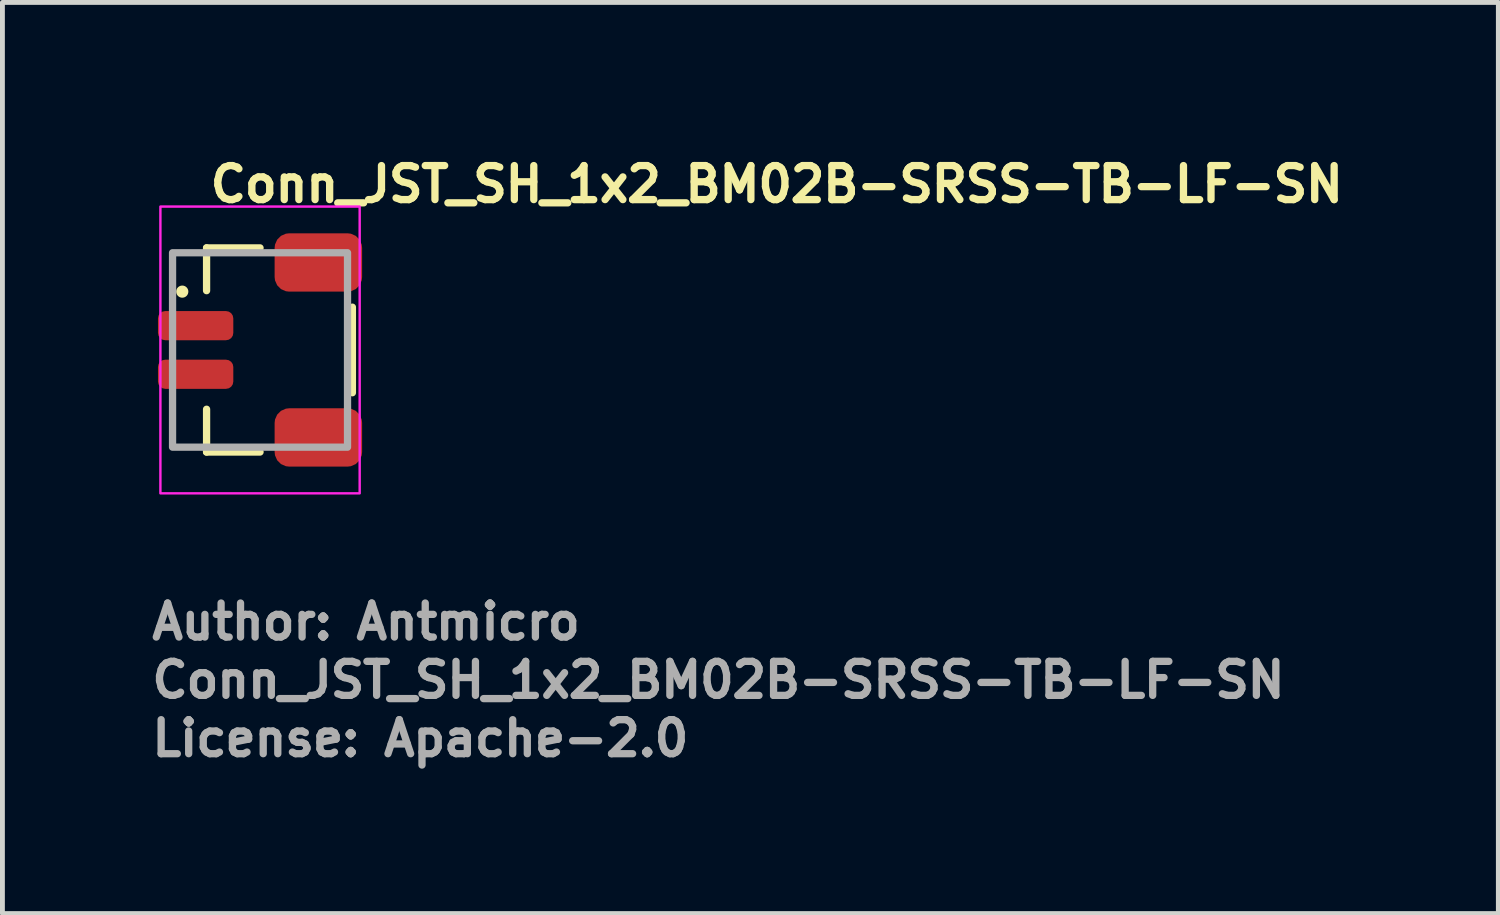
<source format=kicad_pcb>
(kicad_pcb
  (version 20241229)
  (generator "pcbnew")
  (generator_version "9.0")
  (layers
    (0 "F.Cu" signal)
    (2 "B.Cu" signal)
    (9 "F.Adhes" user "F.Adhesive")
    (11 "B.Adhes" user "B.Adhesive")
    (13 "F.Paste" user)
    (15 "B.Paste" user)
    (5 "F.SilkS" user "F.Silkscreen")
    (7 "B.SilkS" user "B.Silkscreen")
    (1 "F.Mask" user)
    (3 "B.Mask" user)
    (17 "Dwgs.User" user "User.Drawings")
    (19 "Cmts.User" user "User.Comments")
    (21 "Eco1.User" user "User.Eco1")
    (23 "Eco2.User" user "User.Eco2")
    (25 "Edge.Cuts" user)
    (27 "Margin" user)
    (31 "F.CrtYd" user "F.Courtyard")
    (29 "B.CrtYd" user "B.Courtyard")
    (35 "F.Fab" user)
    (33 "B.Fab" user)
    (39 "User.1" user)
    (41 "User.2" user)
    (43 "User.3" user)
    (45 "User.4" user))
  (footprint "Conn_JST_SH_1x2_BM02B-SRSS-TB-LF-SN"
    (layer "F.Cu")
    (at 2.3 4.15)
    (property "Reference" "Conn_JST_SH_1x2_BM02B-SRSS-TB-LF-SN" (at -1.1 -3 0) (layer "F.SilkS") (effects (font (size 0.7 0.7) (thickness 0.15)) (justify left bottom)))
    (attr smd)
    (fp_line (start -1.1 -2.1) (end 0 -2.1) (stroke (width 0.15) (type solid)) (layer "F.SilkS"))
    (fp_line (start -1.1 -1.22) (end -1.1 -2.1) (stroke (width 0.15) (type solid)) (layer "F.SilkS"))
    (fp_line (start -1.1 2.1) (end -1.1 1.22) (stroke (width 0.15) (type solid)) (layer "F.SilkS"))
    (fp_line (start -1.1 2.1) (end 0 2.1) (stroke (width 0.15) (type solid)) (layer "F.SilkS"))
    (fp_line (start 1.9 -0.88) (end 1.9 0.88) (stroke (width 0.15) (type solid)) (layer "F.SilkS"))
    (fp_circle (center -1.6 -1.2) (end -1.55 -1.2) (stroke (width 0.15) (type solid)) (fill yes) (layer "F.SilkS"))
    (fp_rect (start -2.05 -2.95) (end 2.05 2.95) (stroke (width 0.05) (type solid)) (fill no) (layer "F.CrtYd"))
    (fp_rect (start -1.8 -2) (end 1.8 2) (stroke (width 0.15) (type solid)) (fill no) (layer "F.Fab"))
    (fp_rect (start -1.8 -2) (end 1.8 2) (stroke (width 0.1) (type solid)) (fill no) (layer "User.5"))
    (fp_line (start -1.8 -0.425) (end -1.8 -0.575) (stroke (width 0.02) (type solid)) (layer "User.9"))
    (fp_line (start -1.8 0.575) (end -1.8 0.425) (stroke (width 0.02) (type solid)) (layer "User.9"))
    (fp_line (start -1.799 -0.575) (end -1.8 -0.575) (stroke (width 0.02) (type solid)) (layer "User.9"))
    (fp_line (start -1.799 -0.425) (end -1.8 -0.425) (stroke (width 0.02) (type solid)) (layer "User.9"))
    (fp_line (start -1.799 0.425) (end -1.8 0.425) (stroke (width 0.02) (type solid)) (layer "User.9"))
    (fp_line (start -1.799 0.575) (end -1.8 0.575) (stroke (width 0.02) (type solid)) (layer "User.9"))
    (fp_line (start -1.798 -0.575) (end -1.799 -0.575) (stroke (width 0.02) (type solid)) (layer "User.9"))
    (fp_line (start -1.798 -0.425) (end -1.799 -0.425) (stroke (width 0.02) (type solid)) (layer "User.9"))
    (fp_line (start -1.798 0.425) (end -1.799 0.425) (stroke (width 0.02) (type solid)) (layer "User.9"))
    (fp_line (start -1.798 0.575) (end -1.799 0.575) (stroke (width 0.02) (type solid)) (layer "User.9"))
    (fp_line (start -1.795 -0.575) (end -1.798 -0.575) (stroke (width 0.02) (type solid)) (layer "User.9"))
    (fp_line (start -1.795 -0.425) (end -1.798 -0.425) (stroke (width 0.02) (type solid)) (layer "User.9"))
    (fp_line (start -1.795 0.425) (end -1.798 0.425) (stroke (width 0.02) (type solid)) (layer "User.9"))
    (fp_line (start -1.795 0.575) (end -1.798 0.575) (stroke (width 0.02) (type solid)) (layer "User.9"))
    (fp_line (start -1.791 -0.575) (end -1.795 -0.575) (stroke (width 0.02) (type solid)) (layer "User.9"))
    (fp_line (start -1.791 -0.425) (end -1.795 -0.425) (stroke (width 0.02) (type solid)) (layer "User.9"))
    (fp_line (start -1.791 0.425) (end -1.795 0.425) (stroke (width 0.02) (type solid)) (layer "User.9"))
    (fp_line (start -1.791 0.575) (end -1.795 0.575) (stroke (width 0.02) (type solid)) (layer "User.9"))
    (fp_line (start -1.786 -0.575) (end -1.791 -0.575) (stroke (width 0.02) (type solid)) (layer "User.9"))
    (fp_line (start -1.786 -0.425) (end -1.791 -0.425) (stroke (width 0.02) (type solid)) (layer "User.9"))
    (fp_line (start -1.786 0.425) (end -1.791 0.425) (stroke (width 0.02) (type solid)) (layer "User.9"))
    (fp_line (start -1.786 0.575) (end -1.791 0.575) (stroke (width 0.02) (type solid)) (layer "User.9"))
    (fp_line (start -1.78 -0.575) (end -1.786 -0.575) (stroke (width 0.02) (type solid)) (layer "User.9"))
    (fp_line (start -1.78 -0.425) (end -1.786 -0.425) (stroke (width 0.02) (type solid)) (layer "User.9"))
    (fp_line (start -1.78 0.425) (end -1.786 0.425) (stroke (width 0.02) (type solid)) (layer "User.9"))
    (fp_line (start -1.78 0.575) (end -1.786 0.575) (stroke (width 0.02) (type solid)) (layer "User.9"))
    (fp_line (start -1.774 -0.575) (end -1.78 -0.575) (stroke (width 0.02) (type solid)) (layer "User.9"))
    (fp_line (start -1.774 -0.425) (end -1.78 -0.425) (stroke (width 0.02) (type solid)) (layer "User.9"))
    (fp_line (start -1.774 0.425) (end -1.78 0.425) (stroke (width 0.02) (type solid)) (layer "User.9"))
    (fp_line (start -1.774 0.575) (end -1.78 0.575) (stroke (width 0.02) (type solid)) (layer "User.9"))
    (fp_line (start -1.766 -0.575) (end -1.774 -0.575) (stroke (width 0.02) (type solid)) (layer "User.9"))
    (fp_line (start -1.766 -0.425) (end -1.774 -0.425) (stroke (width 0.02) (type solid)) (layer "User.9"))
    (fp_line (start -1.766 0.425) (end -1.774 0.425) (stroke (width 0.02) (type solid)) (layer "User.9"))
    (fp_line (start -1.766 0.575) (end -1.774 0.575) (stroke (width 0.02) (type solid)) (layer "User.9"))
    (fp_line (start -1.758 -0.575) (end -1.766 -0.575) (stroke (width 0.02) (type solid)) (layer "User.9"))
    (fp_line (start -1.758 -0.425) (end -1.766 -0.425) (stroke (width 0.02) (type solid)) (layer "User.9"))
    (fp_line (start -1.758 0.425) (end -1.766 0.425) (stroke (width 0.02) (type solid)) (layer "User.9"))
    (fp_line (start -1.758 0.575) (end -1.766 0.575) (stroke (width 0.02) (type solid)) (layer "User.9"))
    (fp_line (start -1.749 -0.575) (end -1.758 -0.575) (stroke (width 0.02) (type solid)) (layer "User.9"))
    (fp_line (start -1.749 -0.425) (end -1.758 -0.425) (stroke (width 0.02) (type solid)) (layer "User.9"))
    (fp_line (start -1.749 0.425) (end -1.758 0.425) (stroke (width 0.02) (type solid)) (layer "User.9"))
    (fp_line (start -1.749 0.575) (end -1.758 0.575) (stroke (width 0.02) (type solid)) (layer "User.9"))
    (fp_line (start -1.74 -0.575) (end -1.749 -0.575) (stroke (width 0.02) (type solid)) (layer "User.9"))
    (fp_line (start -1.74 -0.425) (end -1.749 -0.425) (stroke (width 0.02) (type solid)) (layer "User.9"))
    (fp_line (start -1.74 0.425) (end -1.749 0.425) (stroke (width 0.02) (type solid)) (layer "User.9"))
    (fp_line (start -1.74 0.575) (end -1.749 0.575) (stroke (width 0.02) (type solid)) (layer "User.9"))
    (fp_line (start -1.73 -0.575) (end -1.74 -0.575) (stroke (width 0.02) (type solid)) (layer "User.9"))
    (fp_line (start -1.73 -0.425) (end -1.74 -0.425) (stroke (width 0.02) (type solid)) (layer "User.9"))
    (fp_line (start -1.73 0.425) (end -1.74 0.425) (stroke (width 0.02) (type solid)) (layer "User.9"))
    (fp_line (start -1.73 0.575) (end -1.74 0.575) (stroke (width 0.02) (type solid)) (layer "User.9"))
    (fp_line (start -1.72 -0.575) (end -1.73 -0.575) (stroke (width 0.02) (type solid)) (layer "User.9"))
    (fp_line (start -1.72 -0.425) (end -1.73 -0.425) (stroke (width 0.02) (type solid)) (layer "User.9"))
    (fp_line (start -1.72 0.425) (end -1.73 0.425) (stroke (width 0.02) (type solid)) (layer "User.9"))
    (fp_line (start -1.72 0.575) (end -1.73 0.575) (stroke (width 0.02) (type solid)) (layer "User.9"))
    (fp_line (start -1.71 -0.575) (end -1.72 -0.575) (stroke (width 0.02) (type solid)) (layer "User.9"))
    (fp_line (start -1.71 -0.425) (end -1.72 -0.425) (stroke (width 0.02) (type solid)) (layer "User.9"))
    (fp_line (start -1.71 -0.425) (end -1.71 -0.575) (stroke (width 0.02) (type solid)) (layer "User.9"))
    (fp_line (start -1.71 0.425) (end -1.72 0.425) (stroke (width 0.02) (type solid)) (layer "User.9"))
    (fp_line (start -1.71 0.575) (end -1.72 0.575) (stroke (width 0.02) (type solid)) (layer "User.9"))
    (fp_line (start -1.71 0.575) (end -1.71 0.425) (stroke (width 0.02) (type solid)) (layer "User.9"))
    (fp_line (start -1.287 -0.575) (end -1.71 -0.575) (stroke (width 0.02) (type solid)) (layer "User.9"))
    (fp_line (start -1.287 -0.425) (end -1.71 -0.425) (stroke (width 0.02) (type solid)) (layer "User.9"))
    (fp_line (start -1.287 -0.425) (end -1.287 -0.575) (stroke (width 0.02) (type solid)) (layer "User.9"))
    (fp_line (start -1.287 0.425) (end -1.71 0.425) (stroke (width 0.02) (type solid)) (layer "User.9"))
    (fp_line (start -1.287 0.575) (end -1.71 0.575) (stroke (width 0.02) (type solid)) (layer "User.9"))
    (fp_line (start -1.287 0.575) (end -1.287 0.425) (stroke (width 0.02) (type solid)) (layer "User.9"))
    (fp_line (start -1.1 -0.575) (end -1.287 -0.575) (stroke (width 0.02) (type solid)) (layer "User.9"))
    (fp_line (start -1.1 -0.425) (end -1.287 -0.425) (stroke (width 0.02) (type solid)) (layer "User.9"))
    (fp_line (start -1.1 0.425) (end -1.287 0.425) (stroke (width 0.02) (type solid)) (layer "User.9"))
    (fp_line (start -1.1 0.575) (end -1.287 0.575) (stroke (width 0.02) (type solid)) (layer "User.9"))
    (fp_line (start -1.1 1.2) (end -1.1 -1.2) (stroke (width 0.02) (type solid)) (layer "User.9"))
    (fp_line (start -0.98 -2) (end -0.6 -2) (stroke (width 0.02) (type solid)) (layer "User.9"))
    (fp_line (start -0.98 -1.5) (end -0.98 -2) (stroke (width 0.02) (type solid)) (layer "User.9"))
    (fp_line (start -0.98 -1.2) (end -1.1 -1.2) (stroke (width 0.02) (type solid)) (layer "User.9"))
    (fp_line (start -0.98 -1.2) (end -0.98 -1.5) (stroke (width 0.02) (type solid)) (layer "User.9"))
    (fp_line (start -0.98 1.2) (end -1.1 1.2) (stroke (width 0.02) (type solid)) (layer "User.9"))
    (fp_line (start -0.98 1.2) (end -0.98 1.5) (stroke (width 0.02) (type solid)) (layer "User.9"))
    (fp_line (start -0.98 1.5) (end -0.98 2) (stroke (width 0.02) (type solid)) (layer "User.9"))
    (fp_line (start -0.98 2) (end -0.6 2) (stroke (width 0.02) (type solid)) (layer "User.9"))
    (fp_line (start -0.855 -1.75) (end -0.855 -1.5) (stroke (width 0.02) (type solid)) (layer "User.9"))
    (fp_line (start -0.855 1.5) (end -0.855 1.75) (stroke (width 0.02) (type solid)) (layer "User.9"))
    (fp_line (start -0.855 1.75) (end -0.6 1.75) (stroke (width 0.02) (type solid)) (layer "User.9"))
    (fp_line (start -0.83 -1.35) (end 0.35 -1.35) (stroke (width 0.02) (type solid)) (layer "User.9"))
    (fp_line (start -0.83 1.35) (end -0.83 -1.35) (stroke (width 0.02) (type solid)) (layer "User.9"))
    (fp_line (start -0.73 -1.25) (end -0.83 -1.35) (stroke (width 0.02) (type solid)) (layer "User.9"))
    (fp_line (start -0.73 -1.25) (end -0.73 1.25) (stroke (width 0.02) (type solid)) (layer "User.9"))
    (fp_line (start -0.73 1.25) (end -0.83 1.35) (stroke (width 0.02) (type solid)) (layer "User.9"))
    (fp_line (start -0.73 1.25) (end 0.45 1.25) (stroke (width 0.02) (type solid)) (layer "User.9"))
    (fp_line (start -0.6 -2) (end -0.5 -2) (stroke (width 0.02) (type solid)) (layer "User.9"))
    (fp_line (start -0.6 -1.75) (end -0.855 -1.75) (stroke (width 0.02) (type solid)) (layer "User.9"))
    (fp_line (start -0.6 -1.5) (end -0.6 -2) (stroke (width 0.02) (type solid)) (layer "User.9"))
    (fp_line (start -0.6 1.5) (end -0.6 2) (stroke (width 0.02) (type solid)) (layer "User.9"))
    (fp_line (start -0.6 2) (end -0.5 2) (stroke (width 0.02) (type solid)) (layer "User.9"))
    (fp_line (start -0.5 -2) (end 0.1 -2) (stroke (width 0.02) (type solid)) (layer "User.9"))
    (fp_line (start -0.5 -1.5) (end -0.5 -2) (stroke (width 0.02) (type solid)) (layer "User.9"))
    (fp_line (start -0.5 1.5) (end -0.5 2) (stroke (width 0.02) (type solid)) (layer "User.9"))
    (fp_line (start -0.5 2) (end 0.1 2) (stroke (width 0.02) (type solid)) (layer "User.9"))
    (fp_line (start -0.33 -1.075) (end -0.33 -0.925) (stroke (width 0.02) (type solid)) (layer "User.9"))
    (fp_line (start -0.33 -0.575) (end -0.33 -0.425) (stroke (width 0.02) (type solid)) (layer "User.9"))
    (fp_line (start -0.33 -0.425) (end -0.03 -0.425) (stroke (width 0.02) (type solid)) (layer "User.9"))
    (fp_line (start -0.33 0.425) (end -0.33 0.575) (stroke (width 0.02) (type solid)) (layer "User.9"))
    (fp_line (start -0.33 0.575) (end -0.03 0.575) (stroke (width 0.02) (type solid)) (layer "User.9"))
    (fp_line (start -0.33 0.925) (end -0.33 1.075) (stroke (width 0.02) (type solid)) (layer "User.9"))
    (fp_line (start -0.2 -1.75) (end -0.2 -1.5) (stroke (width 0.02) (type solid)) (layer "User.9"))
    (fp_line (start -0.2 1.5) (end -0.2 1.75) (stroke (width 0.02) (type solid)) (layer "User.9"))
    (fp_line (start -0.2 1.75) (end 0.1 1.75) (stroke (width 0.02) (type solid)) (layer "User.9"))
    (fp_line (start -0.03 -1.075) (end -0.33 -1.075) (stroke (width 0.02) (type solid)) (layer "User.9"))
    (fp_line (start -0.03 -1.075) (end -0.03 -0.925) (stroke (width 0.02) (type solid)) (layer "User.9"))
    (fp_line (start -0.03 -0.925) (end -0.33 -0.925) (stroke (width 0.02) (type solid)) (layer "User.9"))
    (fp_line (start -0.03 -0.575) (end -0.33 -0.575) (stroke (width 0.02) (type solid)) (layer "User.9"))
    (fp_line (start -0.03 -0.425) (end -0.03 -0.575) (stroke (width 0.02) (type solid)) (layer "User.9"))
    (fp_line (start -0.03 0.425) (end -0.33 0.425) (stroke (width 0.02) (type solid)) (layer "User.9"))
    (fp_line (start -0.03 0.575) (end -0.03 0.425) (stroke (width 0.02) (type solid)) (layer "User.9"))
    (fp_line (start -0.03 0.925) (end -0.33 0.925) (stroke (width 0.02) (type solid)) (layer "User.9"))
    (fp_line (start -0.03 0.925) (end -0.03 1.075) (stroke (width 0.02) (type solid)) (layer "User.9"))
    (fp_line (start -0.03 1.075) (end -0.33 1.075) (stroke (width 0.02) (type solid)) (layer "User.9"))
    (fp_line (start 0.1 -2) (end 0.2 -2) (stroke (width 0.02) (type solid)) (layer "User.9"))
    (fp_line (start 0.1 -1.75) (end -0.2 -1.75) (stroke (width 0.02) (type solid)) (layer "User.9"))
    (fp_line (start 0.1 -1.5) (end 0.1 -2) (stroke (width 0.02) (type solid)) (layer "User.9"))
    (fp_line (start 0.1 1.5) (end 0.1 2) (stroke (width 0.02) (type solid)) (layer "User.9"))
    (fp_line (start 0.1 2) (end 0.2 2) (stroke (width 0.02) (type solid)) (layer "User.9"))
    (fp_line (start 0.2 -1.5) (end -0.98 -1.5) (stroke (width 0.02) (type solid)) (layer "User.9"))
    (fp_line (start 0.2 -1.5) (end 0.2 -2) (stroke (width 0.02) (type solid)) (layer "User.9"))
    (fp_line (start 0.2 1.5) (end -0.98 1.5) (stroke (width 0.02) (type solid)) (layer "User.9"))
    (fp_line (start 0.2 1.5) (end 0.2 2) (stroke (width 0.02) (type solid)) (layer "User.9"))
    (fp_line (start 0.35 -1.7) (end 0.45 -1.6) (stroke (width 0.02) (type solid)) (layer "User.9"))
    (fp_line (start 0.35 -1.7) (end 1.15 -1.7) (stroke (width 0.02) (type solid)) (layer "User.9"))
    (fp_line (start 0.35 -1.35) (end 0.35 -1.7) (stroke (width 0.02) (type solid)) (layer "User.9"))
    (fp_line (start 0.35 -1.35) (end 0.45 -1.25) (stroke (width 0.02) (type solid)) (layer "User.9"))
    (fp_line (start 0.35 1.35) (end -0.83 1.35) (stroke (width 0.02) (type solid)) (layer "User.9"))
    (fp_line (start 0.35 1.7) (end 0.35 1.35) (stroke (width 0.02) (type solid)) (layer "User.9"))
    (fp_line (start 0.45 -1.6) (end 0.45 -1.25) (stroke (width 0.02) (type solid)) (layer "User.9"))
    (fp_line (start 0.45 -1.25) (end -0.73 -1.25) (stroke (width 0.02) (type solid)) (layer "User.9"))
    (fp_line (start 0.45 -1.25) (end 1.05 -1.25) (stroke (width 0.02) (type solid)) (layer "User.9"))
    (fp_line (start 0.45 1.25) (end 0.35 1.35) (stroke (width 0.02) (type solid)) (layer "User.9"))
    (fp_line (start 0.45 1.25) (end 0.45 1.6) (stroke (width 0.02) (type solid)) (layer "User.9"))
    (fp_line (start 0.45 1.6) (end 0.35 1.7) (stroke (width 0.02) (type solid)) (layer "User.9"))
    (fp_line (start 0.45 1.6) (end 1.05 1.6) (stroke (width 0.02) (type solid)) (layer "User.9"))
    (fp_line (start 0.77 -0.575) (end 0.806 -0.539) (stroke (width 0.02) (type solid)) (layer "User.9"))
    (fp_line (start 0.77 -0.575) (end 1.07 -0.575) (stroke (width 0.02) (type solid)) (layer "User.9"))
    (fp_line (start 0.77 -0.425) (end 0.77 -0.575) (stroke (width 0.02) (type solid)) (layer "User.9"))
    (fp_line (start 0.77 0.425) (end 0.806 0.461) (stroke (width 0.02) (type solid)) (layer "User.9"))
    (fp_line (start 0.77 0.425) (end 1.07 0.425) (stroke (width 0.02) (type solid)) (layer "User.9"))
    (fp_line (start 0.77 0.575) (end 0.77 0.425) (stroke (width 0.02) (type solid)) (layer "User.9"))
    (fp_line (start 0.806 -0.539) (end 0.806 -0.461) (stroke (width 0.02) (type solid)) (layer "User.9"))
    (fp_line (start 0.806 -0.461) (end 0.77 -0.425) (stroke (width 0.02) (type solid)) (layer "User.9"))
    (fp_line (start 0.806 -0.461) (end 1.034 -0.461) (stroke (width 0.02) (type solid)) (layer "User.9"))
    (fp_line (start 0.806 0.461) (end 0.806 0.539) (stroke (width 0.02) (type solid)) (layer "User.9"))
    (fp_line (start 0.806 0.539) (end 0.77 0.575) (stroke (width 0.02) (type solid)) (layer "User.9"))
    (fp_line (start 0.806 0.539) (end 1.034 0.539) (stroke (width 0.02) (type solid)) (layer "User.9"))
    (fp_line (start 1.034 -0.539) (end 0.806 -0.539) (stroke (width 0.02) (type solid)) (layer "User.9"))
    (fp_line (start 1.034 -0.461) (end 1.034 -0.539) (stroke (width 0.02) (type solid)) (layer "User.9"))
    (fp_line (start 1.034 -0.461) (end 1.07 -0.425) (stroke (width 0.02) (type solid)) (layer "User.9"))
    (fp_line (start 1.034 0.461) (end 0.806 0.461) (stroke (width 0.02) (type solid)) (layer "User.9"))
    (fp_line (start 1.034 0.539) (end 1.034 0.461) (stroke (width 0.02) (type solid)) (layer "User.9"))
    (fp_line (start 1.034 0.539) (end 1.07 0.575) (stroke (width 0.02) (type solid)) (layer "User.9"))
    (fp_line (start 1.05 -1.6) (end 0.45 -1.6) (stroke (width 0.02) (type solid)) (layer "User.9"))
    (fp_line (start 1.05 -1.25) (end 1.05 -1.6) (stroke (width 0.02) (type solid)) (layer "User.9"))
    (fp_line (start 1.05 1.25) (end 0.45 1.25) (stroke (width 0.02) (type solid)) (layer "User.9"))
    (fp_line (start 1.05 1.25) (end 1.15 1.35) (stroke (width 0.02) (type solid)) (layer "User.9"))
    (fp_line (start 1.05 1.25) (end 1.55 1.25) (stroke (width 0.02) (type solid)) (layer "User.9"))
    (fp_line (start 1.05 1.6) (end 1.05 1.25) (stroke (width 0.02) (type solid)) (layer "User.9"))
    (fp_line (start 1.05 1.6) (end 1.15 1.7) (stroke (width 0.02) (type solid)) (layer "User.9"))
    (fp_line (start 1.07 -0.575) (end 1.034 -0.539) (stroke (width 0.02) (type solid)) (layer "User.9"))
    (fp_line (start 1.07 -0.575) (end 1.07 -0.425) (stroke (width 0.02) (type solid)) (layer "User.9"))
    (fp_line (start 1.07 -0.425) (end 0.77 -0.425) (stroke (width 0.02) (type solid)) (layer "User.9"))
    (fp_line (start 1.07 0.425) (end 1.034 0.461) (stroke (width 0.02) (type solid)) (layer "User.9"))
    (fp_line (start 1.07 0.425) (end 1.07 0.575) (stroke (width 0.02) (type solid)) (layer "User.9"))
    (fp_line (start 1.07 0.575) (end 0.77 0.575) (stroke (width 0.02) (type solid)) (layer "User.9"))
    (fp_line (start 1.15 -1.7) (end 1.05 -1.6) (stroke (width 0.02) (type solid)) (layer "User.9"))
    (fp_line (start 1.15 -1.7) (end 1.15 -1.35) (stroke (width 0.02) (type solid)) (layer "User.9"))
    (fp_line (start 1.15 -1.35) (end 1.05 -1.25) (stroke (width 0.02) (type solid)) (layer "User.9"))
    (fp_line (start 1.15 -1.35) (end 1.65 -1.35) (stroke (width 0.02) (type solid)) (layer "User.9"))
    (fp_line (start 1.15 1.35) (end 1.15 1.7) (stroke (width 0.02) (type solid)) (layer "User.9"))
    (fp_line (start 1.15 1.7) (end 0.35 1.7) (stroke (width 0.02) (type solid)) (layer "User.9"))
    (fp_line (start 1.55 -1.25) (end 1.05 -1.25) (stroke (width 0.02) (type solid)) (layer "User.9"))
    (fp_line (start 1.55 1.25) (end 1.55 -1.25) (stroke (width 0.02) (type solid)) (layer "User.9"))
    (fp_line (start 1.6 -2) (end 0.2 -2) (stroke (width 0.02) (type solid)) (layer "User.9"))
    (fp_line (start 1.6 -1.75) (end 1.6 -2) (stroke (width 0.02) (type solid)) (layer "User.9"))
    (fp_line (start 1.6 1.75) (end 1.6 2) (stroke (width 0.02) (type solid)) (layer "User.9"))
    (fp_line (start 1.6 2) (end 0.2 2) (stroke (width 0.02) (type solid)) (layer "User.9"))
    (fp_line (start 1.65 -1.35) (end 1.55 -1.25) (stroke (width 0.02) (type solid)) (layer "User.9"))
    (fp_line (start 1.65 -1.35) (end 1.65 1.35) (stroke (width 0.02) (type solid)) (layer "User.9"))
    (fp_line (start 1.65 1.35) (end 1.15 1.35) (stroke (width 0.02) (type solid)) (layer "User.9"))
    (fp_line (start 1.65 1.35) (end 1.55 1.25) (stroke (width 0.02) (type solid)) (layer "User.9"))
    (fp_line (start 1.8 -1.75) (end 1.6 -1.75) (stroke (width 0.02) (type solid)) (layer "User.9"))
    (fp_line (start 1.8 1.75) (end 1.6 1.75) (stroke (width 0.02) (type solid)) (layer "User.9"))
    (fp_line (start 1.8 1.75) (end 1.8 -1.75) (stroke (width 0.02) (type solid)) (layer "User.9"))
    (fp_text user "License: Apache-2.0" (at -2.3 8.4 0) (layer "F.Fab") (effects (font (size 0.7 0.7) (thickness 0.15)) (justify left bottom)))
    (fp_text user "Author: Antmicro" (at -2.3 6 0) (layer "F.Fab") (effects (font (size 0.7 0.7) (thickness 0.15)) (justify left bottom)))
    (fp_text user "${REFERENCE}" (at -2.3 7.2 0) (layer "F.Fab") (effects (font (size 0.7 0.7) (thickness 0.15)) (justify left bottom)))
    (pad "1" smd roundrect (at -1.325 -0.5 270) (size 0.6 1.55) (layers "F.Cu" "F.Mask" "F.Paste") (roundrect_rratio 0.25))
    (pad "2" smd roundrect (at -1.325 0.5 90) (size 0.6 1.55) (layers "F.Cu" "F.Mask" "F.Paste") (roundrect_rratio 0.25))
    (pad "MP" smd roundrect (at 1.2 -1.8 90) (size 1.2 1.8) (layers "F.Cu" "F.Mask" "F.Paste") (roundrect_rratio 0.25))
    (pad "MP" smd roundrect (at 1.2 1.8 90) (size 1.2 1.8) (layers "F.Cu" "F.Mask" "F.Paste") (roundrect_rratio 0.25)))
  (gr_rect
    (start -3 -3)
    (end 27.777 15.745)
    (stroke (width 0.1) (type default))
    (fill no)
    (layer "Edge.Cuts")))
</source>
